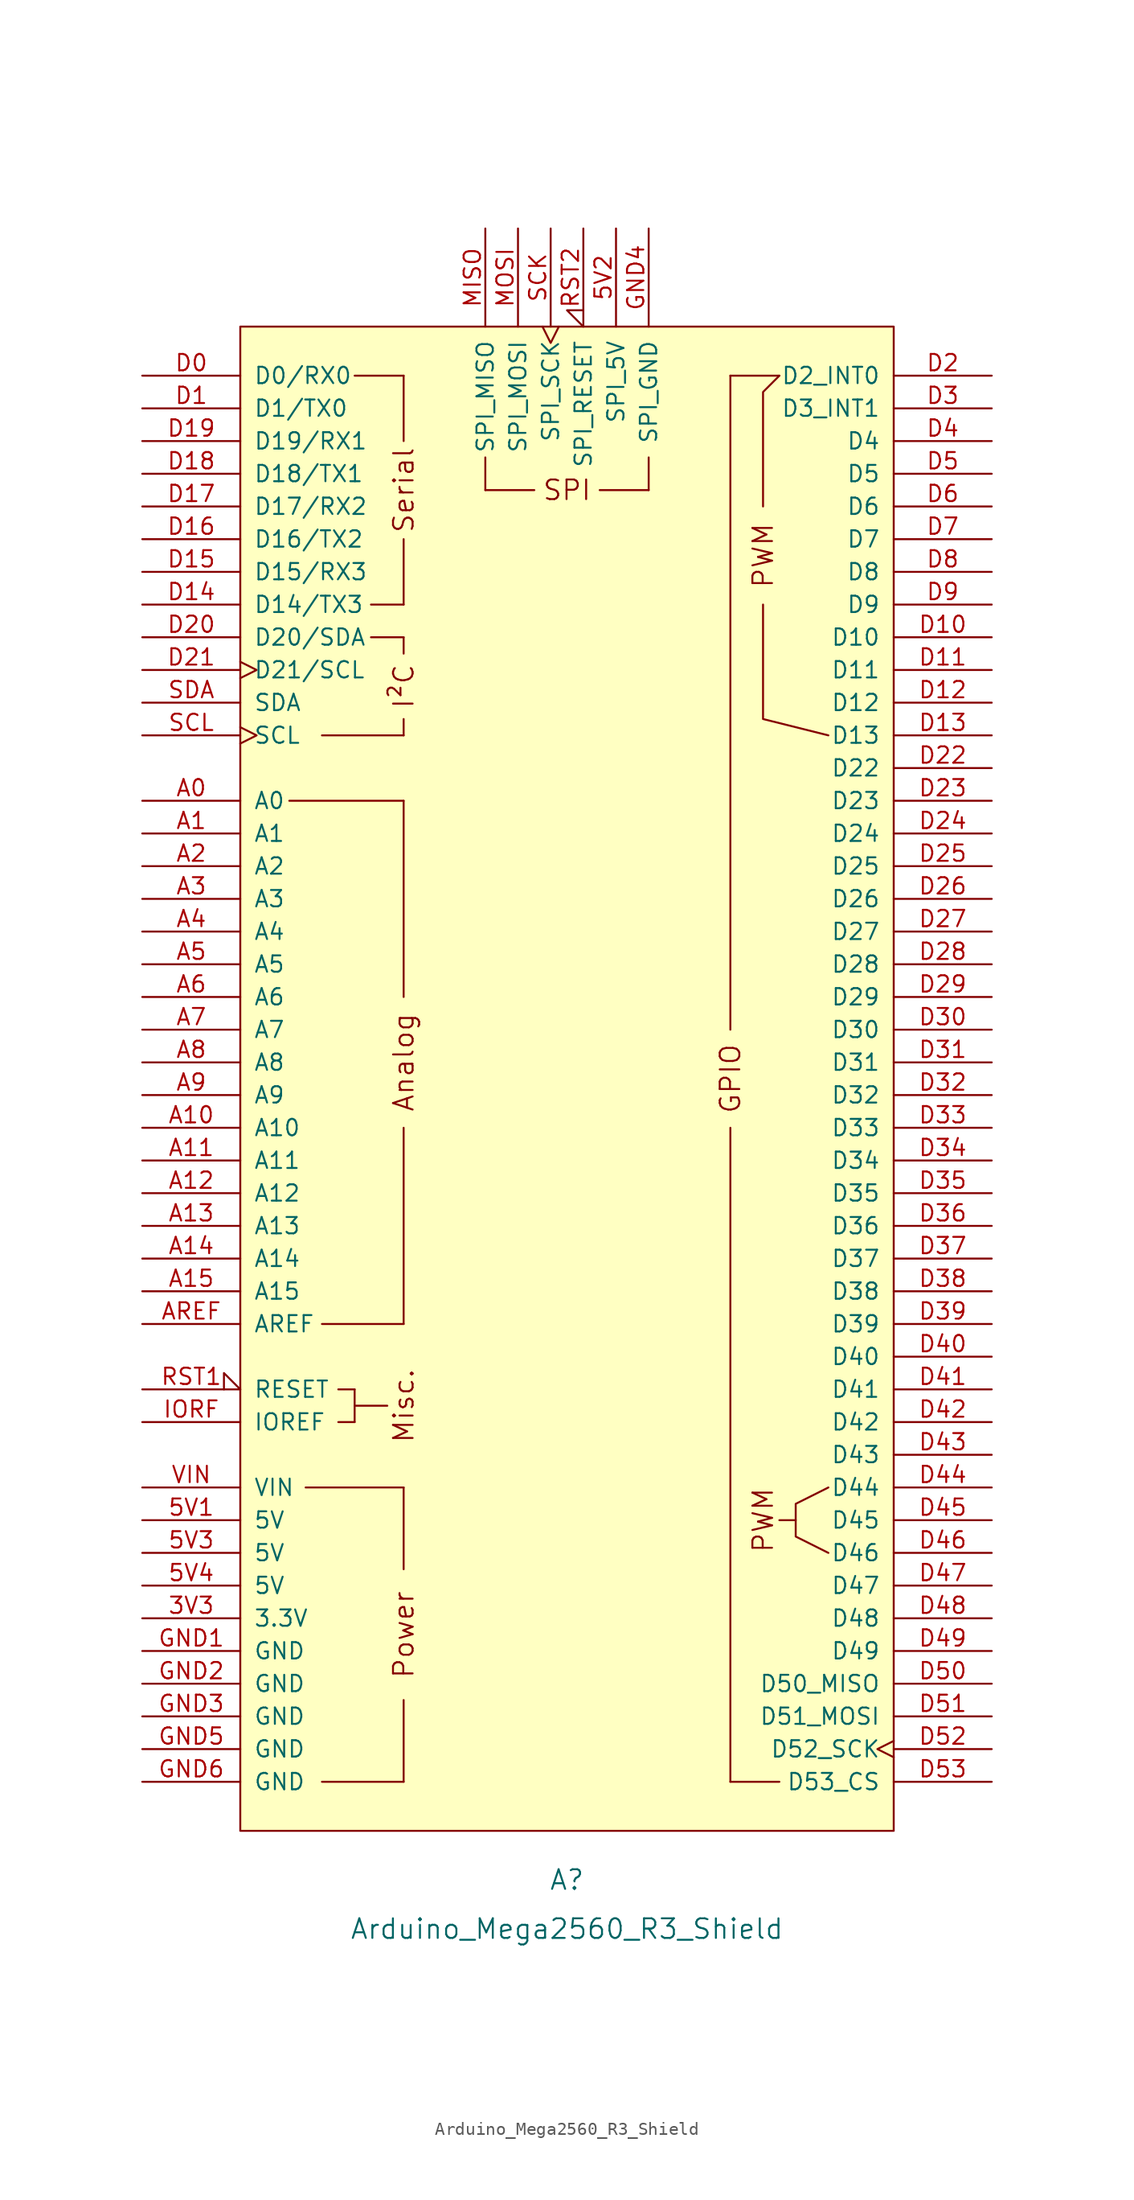
<source format=kicad_sym>
(kicad_symbol_lib
  (version 20231120)
  (generator "kicad_symbol_editor")
  (generator_version "8.0")
  (symbol "Arduino_Mega2560_R3_Shield"
    (pin_names
      (offset 1.016))
    (property "Reference" "A"
      (at 0 -62.23 0)
      (effects (font (size 1.524 1.524))))
    (property "Value" "Arduino_Mega2560_R3_Shield"
      (at 0 -66.04 0)
      (effects (font (size 1.524 1.524))))
    (symbol "Arduino_Mega2560_R3_Shield_0_0"
      (rectangle (start -25.4 -58.42) (end 25.4 58.42) (stroke (width 0) (type default)) (fill (type background)))
      (rectangle (start -20.32 -31.75) (end -12.7 -31.75) (stroke (width 0) (type default)) (fill (type none)))
      (rectangle (start -19.05 -54.61) (end -12.7 -54.61) (stroke (width 0) (type default)) (fill (type none)))
      (rectangle (start -19.05 -19.05) (end -12.7 -19.05) (stroke (width 0) (type default)) (fill (type none)))
      (rectangle (start -19.05 26.67) (end -12.7 26.67) (stroke (width 0) (type default)) (fill (type none)))
      (rectangle (start -17.78 -26.67) (end -16.51 -26.67) (stroke (width 0) (type default)) (fill (type none)))
      (rectangle (start -17.78 -24.13) (end -16.51 -24.13) (stroke (width 0) (type default)) (fill (type none)))
      (rectangle (start -16.51 -25.4) (end -13.97 -25.4) (stroke (width 0) (type default)) (fill (type none)))
      (rectangle (start -16.51 -24.13) (end -16.51 -26.67) (stroke (width 0) (type default)) (fill (type none)))
      (rectangle (start -16.51 54.61) (end -12.7 54.61) (stroke (width 0) (type default)) (fill (type none)))
      (rectangle (start -15.24 34.29) (end -12.7 34.29) (stroke (width 0) (type default)) (fill (type none)))
      (rectangle (start -15.24 36.83) (end -12.7 36.83) (stroke (width 0) (type default)) (fill (type none)))
      (rectangle (start -12.7 -54.61) (end -12.7 -48.26) (stroke (width 0) (type default)) (fill (type none)))
      (rectangle (start -12.7 -31.75) (end -12.7 -38.1) (stroke (width 0) (type default)) (fill (type none)))
      (rectangle (start -12.7 26.67) (end -12.7 27.94) (stroke (width 0) (type default)) (fill (type none)))
      (rectangle (start -12.7 34.29) (end -12.7 33.02) (stroke (width 0) (type default)) (fill (type none)))
      (rectangle (start -12.7 41.91) (end -12.7 36.83) (stroke (width 0) (type default)) (fill (type none)))
      (rectangle (start -12.7 49.53) (end -12.7 54.61) (stroke (width 0) (type default)) (fill (type none)))
      (rectangle (start -6.35 48.26) (end -6.35 45.72) (stroke (width 0) (type default)) (fill (type none)))
      (rectangle (start -2.54 45.72) (end -6.35 45.72) (stroke (width 0) (type default)) (fill (type none)))
      (polyline (pts (xy -21.59 21.59) (xy -12.7 21.59)) (stroke (width 0) (type default)) (fill (type none)))
      (polyline (pts (xy -12.7 -19.05) (xy -12.7 -3.81)) (stroke (width 0) (type default)) (fill (type none)))
      (polyline (pts (xy -12.7 6.35) (xy -12.7 21.59)) (stroke (width 0) (type default)) (fill (type none)))
      (polyline (pts (xy 12.7 -54.61) (xy 16.51 -54.61)) (stroke (width 0) (type default)) (fill (type none)))
      (polyline (pts (xy 12.7 54.61) (xy 16.51 54.61)) (stroke (width 0) (type default)) (fill (type none)))
      (polyline (pts (xy 17.78 -34.29) (xy 16.51 -34.29)) (stroke (width 0) (type default)) (fill (type none)))
      (polyline (pts (xy 15.24 36.83) (xy 15.24 27.94) (xy 20.32 26.67)) (stroke (width 0) (type default)) (fill (type none)))
      (polyline (pts (xy 15.24 44.45) (xy 15.24 53.34) (xy 16.51 54.61)) (stroke (width 0) (type default)) (fill (type none)))
      (polyline (pts (xy 20.32 -31.75) (xy 17.78 -33.02) (xy 17.78 -35.56) (xy 20.32 -36.83)) (stroke (width 0) (type default)) (fill (type none)))
      (rectangle (start 6.35 45.72) (end 2.54 45.72) (stroke (width 0) (type default)) (fill (type none)))
      (rectangle (start 6.35 48.26) (end 6.35 45.72) (stroke (width 0) (type default)) (fill (type none)))
      (text "Analog" (at -12.7 1.27 900) (effects (font (size 1.524 1.524))))
      (text "I²C" (at -12.7 30.48 900) (effects (font (size 1.524 1.524))))
      (text "Misc." (at -12.7 -25.4 900) (effects (font (size 1.524 1.524))))
      (text "Power" (at -12.7 -43.18 900) (effects (font (size 1.524 1.524))))
      (text "PWM" (at 15.24 -34.29 900) (effects (font (size 1.524 1.524))))
      (text "PWM" (at 15.24 40.64 900) (effects (font (size 1.524 1.524))))
      (text "Serial" (at -12.7 45.72 900) (effects (font (size 1.524 1.524))))
      (text "SPI" (at 0 45.72 0) (effects (font (size 1.524 1.524)))))
    (symbol "Arduino_Mega2560_R3_Shield_1_0"
      (rectangle (start 12.7 -54.61) (end 12.7 -3.81) (stroke (width 0) (type default)) (fill (type none)))
      (rectangle (start 12.7 54.61) (end 12.7 3.81) (stroke (width 0) (type default)) (fill (type none)))
      (text "GPIO" (at 12.7 0 900) (effects (font (size 1.524 1.524)))))
    (symbol "Arduino_Mega2560_R3_Shield_1_1"
      (pin power_out line (at -33.02 -41.91 0) (length 7.62) (name "3.3V" (effects (font (size 1.27 1.27)))) (number "3V3" (effects (font (size 1.27 1.27)))))
      (pin power_out line (at -33.02 -34.29 0) (length 7.62) (name "5V" (effects (font (size 1.27 1.27)))) (number "5V1" (effects (font (size 1.27 1.27)))))
      (pin power_in line (at 3.81 66.04 270) (length 7.62) (name "SPI_5V" (effects (font (size 1.27 1.27)))) (number "5V2" (effects (font (size 1.27 1.27)))))
      (pin power_out line (at -33.02 -36.83 0) (length 7.62) (name "5V" (effects (font (size 1.27 1.27)))) (number "5V3" (effects (font (size 1.27 1.27)))))
      (pin power_out line (at -33.02 -39.37 0) (length 7.62) (name "5V" (effects (font (size 1.27 1.27)))) (number "5V4" (effects (font (size 1.27 1.27)))))
      (pin bidirectional line (at -33.02 21.59 0) (length 7.62) (name "A0" (effects (font (size 1.27 1.27)))) (number "A0" (effects (font (size 1.27 1.27)))))
      (pin bidirectional line (at -33.02 19.05 0) (length 7.62) (name "A1" (effects (font (size 1.27 1.27)))) (number "A1" (effects (font (size 1.27 1.27)))))
      (pin bidirectional line (at -33.02 -3.81 0) (length 7.62) (name "A10" (effects (font (size 1.27 1.27)))) (number "A10" (effects (font (size 1.27 1.27)))))
      (pin bidirectional line (at -33.02 -6.35 0) (length 7.62) (name "A11" (effects (font (size 1.27 1.27)))) (number "A11" (effects (font (size 1.27 1.27)))))
      (pin bidirectional line (at -33.02 -8.89 0) (length 7.62) (name "A12" (effects (font (size 1.27 1.27)))) (number "A12" (effects (font (size 1.27 1.27)))))
      (pin bidirectional line (at -33.02 -11.43 0) (length 7.62) (name "A13" (effects (font (size 1.27 1.27)))) (number "A13" (effects (font (size 1.27 1.27)))))
      (pin bidirectional line (at -33.02 -13.97 0) (length 7.62) (name "A14" (effects (font (size 1.27 1.27)))) (number "A14" (effects (font (size 1.27 1.27)))))
      (pin bidirectional line (at -33.02 -16.51 0) (length 7.62) (name "A15" (effects (font (size 1.27 1.27)))) (number "A15" (effects (font (size 1.27 1.27)))))
      (pin bidirectional line (at -33.02 16.51 0) (length 7.62) (name "A2" (effects (font (size 1.27 1.27)))) (number "A2" (effects (font (size 1.27 1.27)))))
      (pin bidirectional line (at -33.02 13.97 0) (length 7.62) (name "A3" (effects (font (size 1.27 1.27)))) (number "A3" (effects (font (size 1.27 1.27)))))
      (pin bidirectional line (at -33.02 11.43 0) (length 7.62) (name "A4" (effects (font (size 1.27 1.27)))) (number "A4" (effects (font (size 1.27 1.27)))))
      (pin bidirectional line (at -33.02 8.89 0) (length 7.62) (name "A5" (effects (font (size 1.27 1.27)))) (number "A5" (effects (font (size 1.27 1.27)))))
      (pin bidirectional line (at -33.02 6.35 0) (length 7.62) (name "A6" (effects (font (size 1.27 1.27)))) (number "A6" (effects (font (size 1.27 1.27)))))
      (pin bidirectional line (at -33.02 3.81 0) (length 7.62) (name "A7" (effects (font (size 1.27 1.27)))) (number "A7" (effects (font (size 1.27 1.27)))))
      (pin bidirectional line (at -33.02 1.27 0) (length 7.62) (name "A8" (effects (font (size 1.27 1.27)))) (number "A8" (effects (font (size 1.27 1.27)))))
      (pin bidirectional line (at -33.02 -1.27 0) (length 7.62) (name "A9" (effects (font (size 1.27 1.27)))) (number "A9" (effects (font (size 1.27 1.27)))))
      (pin input line (at -33.02 -19.05 0) (length 7.62) (name "AREF" (effects (font (size 1.27 1.27)))) (number "AREF" (effects (font (size 1.27 1.27)))))
      (pin bidirectional line (at -33.02 54.61 0) (length 7.62) (name "D0/RX0" (effects (font (size 1.27 1.27)))) (number "D0" (effects (font (size 1.27 1.27)))))
      (pin bidirectional line (at -33.02 52.07 0) (length 7.62) (name "D1/TX0" (effects (font (size 1.27 1.27)))) (number "D1" (effects (font (size 1.27 1.27)))))
      (pin bidirectional line (at 33.02 34.29 180) (length 7.62) (name "D10" (effects (font (size 1.27 1.27)))) (number "D10" (effects (font (size 1.27 1.27)))))
      (pin bidirectional line (at 33.02 31.75 180) (length 7.62) (name "D11" (effects (font (size 1.27 1.27)))) (number "D11" (effects (font (size 1.27 1.27)))))
      (pin bidirectional line (at 33.02 29.21 180) (length 7.62) (name "D12" (effects (font (size 1.27 1.27)))) (number "D12" (effects (font (size 1.27 1.27)))))
      (pin bidirectional line (at 33.02 26.67 180) (length 7.62) (name "D13" (effects (font (size 1.27 1.27)))) (number "D13" (effects (font (size 1.27 1.27)))))
      (pin bidirectional line (at -33.02 36.83 0) (length 7.62) (name "D14/TX3" (effects (font (size 1.27 1.27)))) (number "D14" (effects (font (size 1.27 1.27)))))
      (pin bidirectional line (at -33.02 39.37 0) (length 7.62) (name "D15/RX3" (effects (font (size 1.27 1.27)))) (number "D15" (effects (font (size 1.27 1.27)))))
      (pin bidirectional line (at -33.02 41.91 0) (length 7.62) (name "D16/TX2" (effects (font (size 1.27 1.27)))) (number "D16" (effects (font (size 1.27 1.27)))))
      (pin bidirectional line (at -33.02 44.45 0) (length 7.62) (name "D17/RX2" (effects (font (size 1.27 1.27)))) (number "D17" (effects (font (size 1.27 1.27)))))
      (pin bidirectional line (at -33.02 46.99 0) (length 7.62) (name "D18/TX1" (effects (font (size 1.27 1.27)))) (number "D18" (effects (font (size 1.27 1.27)))))
      (pin bidirectional line (at -33.02 49.53 0) (length 7.62) (name "D19/RX1" (effects (font (size 1.27 1.27)))) (number "D19" (effects (font (size 1.27 1.27)))))
      (pin bidirectional line (at 33.02 54.61 180) (length 7.62) (name "D2_INT0" (effects (font (size 1.27 1.27)))) (number "D2" (effects (font (size 1.27 1.27)))))
      (pin bidirectional line (at -33.02 34.29 0) (length 7.62) (name "D20/SDA" (effects (font (size 1.27 1.27)))) (number "D20" (effects (font (size 1.27 1.27)))))
      (pin bidirectional clock (at -33.02 31.75 0) (length 7.62) (name "D21/SCL" (effects (font (size 1.27 1.27)))) (number "D21" (effects (font (size 1.27 1.27)))))
      (pin bidirectional line (at 33.02 24.13 180) (length 7.62) (name "D22" (effects (font (size 1.27 1.27)))) (number "D22" (effects (font (size 1.27 1.27)))))
      (pin bidirectional line (at 33.02 21.59 180) (length 7.62) (name "D23" (effects (font (size 1.27 1.27)))) (number "D23" (effects (font (size 1.27 1.27)))))
      (pin bidirectional line (at 33.02 19.05 180) (length 7.62) (name "D24" (effects (font (size 1.27 1.27)))) (number "D24" (effects (font (size 1.27 1.27)))))
      (pin bidirectional line (at 33.02 16.51 180) (length 7.62) (name "D25" (effects (font (size 1.27 1.27)))) (number "D25" (effects (font (size 1.27 1.27)))))
      (pin bidirectional line (at 33.02 13.97 180) (length 7.62) (name "D26" (effects (font (size 1.27 1.27)))) (number "D26" (effects (font (size 1.27 1.27)))))
      (pin bidirectional line (at 33.02 11.43 180) (length 7.62) (name "D27" (effects (font (size 1.27 1.27)))) (number "D27" (effects (font (size 1.27 1.27)))))
      (pin bidirectional line (at 33.02 8.89 180) (length 7.62) (name "D28" (effects (font (size 1.27 1.27)))) (number "D28" (effects (font (size 1.27 1.27)))))
      (pin bidirectional line (at 33.02 6.35 180) (length 7.62) (name "D29" (effects (font (size 1.27 1.27)))) (number "D29" (effects (font (size 1.27 1.27)))))
      (pin bidirectional line (at 33.02 52.07 180) (length 7.62) (name "D3_INT1" (effects (font (size 1.27 1.27)))) (number "D3" (effects (font (size 1.27 1.27)))))
      (pin bidirectional line (at 33.02 3.81 180) (length 7.62) (name "D30" (effects (font (size 1.27 1.27)))) (number "D30" (effects (font (size 1.27 1.27)))))
      (pin bidirectional line (at 33.02 1.27 180) (length 7.62) (name "D31" (effects (font (size 1.27 1.27)))) (number "D31" (effects (font (size 1.27 1.27)))))
      (pin bidirectional line (at 33.02 -1.27 180) (length 7.62) (name "D32" (effects (font (size 1.27 1.27)))) (number "D32" (effects (font (size 1.27 1.27)))))
      (pin bidirectional line (at 33.02 -3.81 180) (length 7.62) (name "D33" (effects (font (size 1.27 1.27)))) (number "D33" (effects (font (size 1.27 1.27)))))
      (pin bidirectional line (at 33.02 -6.35 180) (length 7.62) (name "D34" (effects (font (size 1.27 1.27)))) (number "D34" (effects (font (size 1.27 1.27)))))
      (pin bidirectional line (at 33.02 -8.89 180) (length 7.62) (name "D35" (effects (font (size 1.27 1.27)))) (number "D35" (effects (font (size 1.27 1.27)))))
      (pin bidirectional line (at 33.02 -11.43 180) (length 7.62) (name "D36" (effects (font (size 1.27 1.27)))) (number "D36" (effects (font (size 1.27 1.27)))))
      (pin bidirectional line (at 33.02 -13.97 180) (length 7.62) (name "D37" (effects (font (size 1.27 1.27)))) (number "D37" (effects (font (size 1.27 1.27)))))
      (pin bidirectional line (at 33.02 -16.51 180) (length 7.62) (name "D38" (effects (font (size 1.27 1.27)))) (number "D38" (effects (font (size 1.27 1.27)))))
      (pin bidirectional line (at 33.02 -19.05 180) (length 7.62) (name "D39" (effects (font (size 1.27 1.27)))) (number "D39" (effects (font (size 1.27 1.27)))))
      (pin bidirectional line (at 33.02 49.53 180) (length 7.62) (name "D4" (effects (font (size 1.27 1.27)))) (number "D4" (effects (font (size 1.27 1.27)))))
      (pin bidirectional line (at 33.02 -21.59 180) (length 7.62) (name "D40" (effects (font (size 1.27 1.27)))) (number "D40" (effects (font (size 1.27 1.27)))))
      (pin bidirectional line (at 33.02 -24.13 180) (length 7.62) (name "D41" (effects (font (size 1.27 1.27)))) (number "D41" (effects (font (size 1.27 1.27)))))
      (pin bidirectional line (at 33.02 -26.67 180) (length 7.62) (name "D42" (effects (font (size 1.27 1.27)))) (number "D42" (effects (font (size 1.27 1.27)))))
      (pin bidirectional line (at 33.02 -29.21 180) (length 7.62) (name "D43" (effects (font (size 1.27 1.27)))) (number "D43" (effects (font (size 1.27 1.27)))))
      (pin bidirectional line (at 33.02 -31.75 180) (length 7.62) (name "D44" (effects (font (size 1.27 1.27)))) (number "D44" (effects (font (size 1.27 1.27)))))
      (pin bidirectional line (at 33.02 -34.29 180) (length 7.62) (name "D45" (effects (font (size 1.27 1.27)))) (number "D45" (effects (font (size 1.27 1.27)))))
      (pin bidirectional line (at 33.02 -36.83 180) (length 7.62) (name "D46" (effects (font (size 1.27 1.27)))) (number "D46" (effects (font (size 1.27 1.27)))))
      (pin bidirectional line (at 33.02 -39.37 180) (length 7.62) (name "D47" (effects (font (size 1.27 1.27)))) (number "D47" (effects (font (size 1.27 1.27)))))
      (pin bidirectional line (at 33.02 -41.91 180) (length 7.62) (name "D48" (effects (font (size 1.27 1.27)))) (number "D48" (effects (font (size 1.27 1.27)))))
      (pin bidirectional line (at 33.02 -44.45 180) (length 7.62) (name "D49" (effects (font (size 1.27 1.27)))) (number "D49" (effects (font (size 1.27 1.27)))))
      (pin bidirectional line (at 33.02 46.99 180) (length 7.62) (name "D5" (effects (font (size 1.27 1.27)))) (number "D5" (effects (font (size 1.27 1.27)))))
      (pin bidirectional line (at 33.02 -46.99 180) (length 7.62) (name "D50_MISO" (effects (font (size 1.27 1.27)))) (number "D50" (effects (font (size 1.27 1.27)))))
      (pin bidirectional line (at 33.02 -49.53 180) (length 7.62) (name "D51_MOSI" (effects (font (size 1.27 1.27)))) (number "D51" (effects (font (size 1.27 1.27)))))
      (pin bidirectional clock (at 33.02 -52.07 180) (length 7.62) (name "D52_SCK" (effects (font (size 1.27 1.27)))) (number "D52" (effects (font (size 1.27 1.27)))))
      (pin bidirectional line (at 33.02 -54.61 180) (length 7.62) (name "D53_CS" (effects (font (size 1.27 1.27)))) (number "D53" (effects (font (size 1.27 1.27)))))
      (pin bidirectional line (at 33.02 44.45 180) (length 7.62) (name "D6" (effects (font (size 1.27 1.27)))) (number "D6" (effects (font (size 1.27 1.27)))))
      (pin bidirectional line (at 33.02 41.91 180) (length 7.62) (name "D7" (effects (font (size 1.27 1.27)))) (number "D7" (effects (font (size 1.27 1.27)))))
      (pin bidirectional line (at 33.02 39.37 180) (length 7.62) (name "D8" (effects (font (size 1.27 1.27)))) (number "D8" (effects (font (size 1.27 1.27)))))
      (pin bidirectional line (at 33.02 36.83 180) (length 7.62) (name "D9" (effects (font (size 1.27 1.27)))) (number "D9" (effects (font (size 1.27 1.27)))))
      (pin power_in line (at -33.02 -44.45 0) (length 7.62) (name "GND" (effects (font (size 1.27 1.27)))) (number "GND1" (effects (font (size 1.27 1.27)))))
      (pin power_in line (at -33.02 -46.99 0) (length 7.62) (name "GND" (effects (font (size 1.27 1.27)))) (number "GND2" (effects (font (size 1.27 1.27)))))
      (pin power_in line (at -33.02 -49.53 0) (length 7.62) (name "GND" (effects (font (size 1.27 1.27)))) (number "GND3" (effects (font (size 1.27 1.27)))))
      (pin power_in line (at 6.35 66.04 270) (length 7.62) (name "SPI_GND" (effects (font (size 1.27 1.27)))) (number "GND4" (effects (font (size 1.27 1.27)))))
      (pin power_in line (at -33.02 -52.07 0) (length 7.62) (name "GND" (effects (font (size 1.27 1.27)))) (number "GND5" (effects (font (size 1.27 1.27)))))
      (pin power_in line (at -33.02 -54.61 0) (length 7.62) (name "GND" (effects (font (size 1.27 1.27)))) (number "GND6" (effects (font (size 1.27 1.27)))))
      (pin output line (at -33.02 -26.67 0) (length 7.62) (name "IOREF" (effects (font (size 1.27 1.27)))) (number "IORF" (effects (font (size 1.27 1.27)))))
      (pin input line (at -6.35 66.04 270) (length 7.62) (name "SPI_MISO" (effects (font (size 1.27 1.27)))) (number "MISO" (effects (font (size 1.27 1.27)))))
      (pin output line (at -3.81 66.04 270) (length 7.62) (name "SPI_MOSI" (effects (font (size 1.27 1.27)))) (number "MOSI" (effects (font (size 1.27 1.27)))))
      (pin open_collector input_low (at -33.02 -24.13 0) (length 7.62) (name "RESET" (effects (font (size 1.27 1.27)))) (number "RST1" (effects (font (size 1.27 1.27)))))
      (pin open_collector input_low (at 1.27 66.04 270) (length 7.62) (name "SPI_RESET" (effects (font (size 1.27 1.27)))) (number "RST2" (effects (font (size 1.27 1.27)))))
      (pin output clock (at -1.27 66.04 270) (length 7.62) (name "SPI_SCK" (effects (font (size 1.27 1.27)))) (number "SCK" (effects (font (size 1.27 1.27)))))
      (pin bidirectional clock (at -33.02 26.67 0) (length 7.62) (name "SCL" (effects (font (size 1.27 1.27)))) (number "SCL" (effects (font (size 1.27 1.27)))))
      (pin bidirectional line (at -33.02 29.21 0) (length 7.62) (name "SDA" (effects (font (size 1.27 1.27)))) (number "SDA" (effects (font (size 1.27 1.27)))))
      (pin power_in line (at -33.02 -31.75 0) (length 7.62) (name "VIN" (effects (font (size 1.27 1.27)))) (number "VIN" (effects (font (size 1.27 1.27))))))))
</source>
